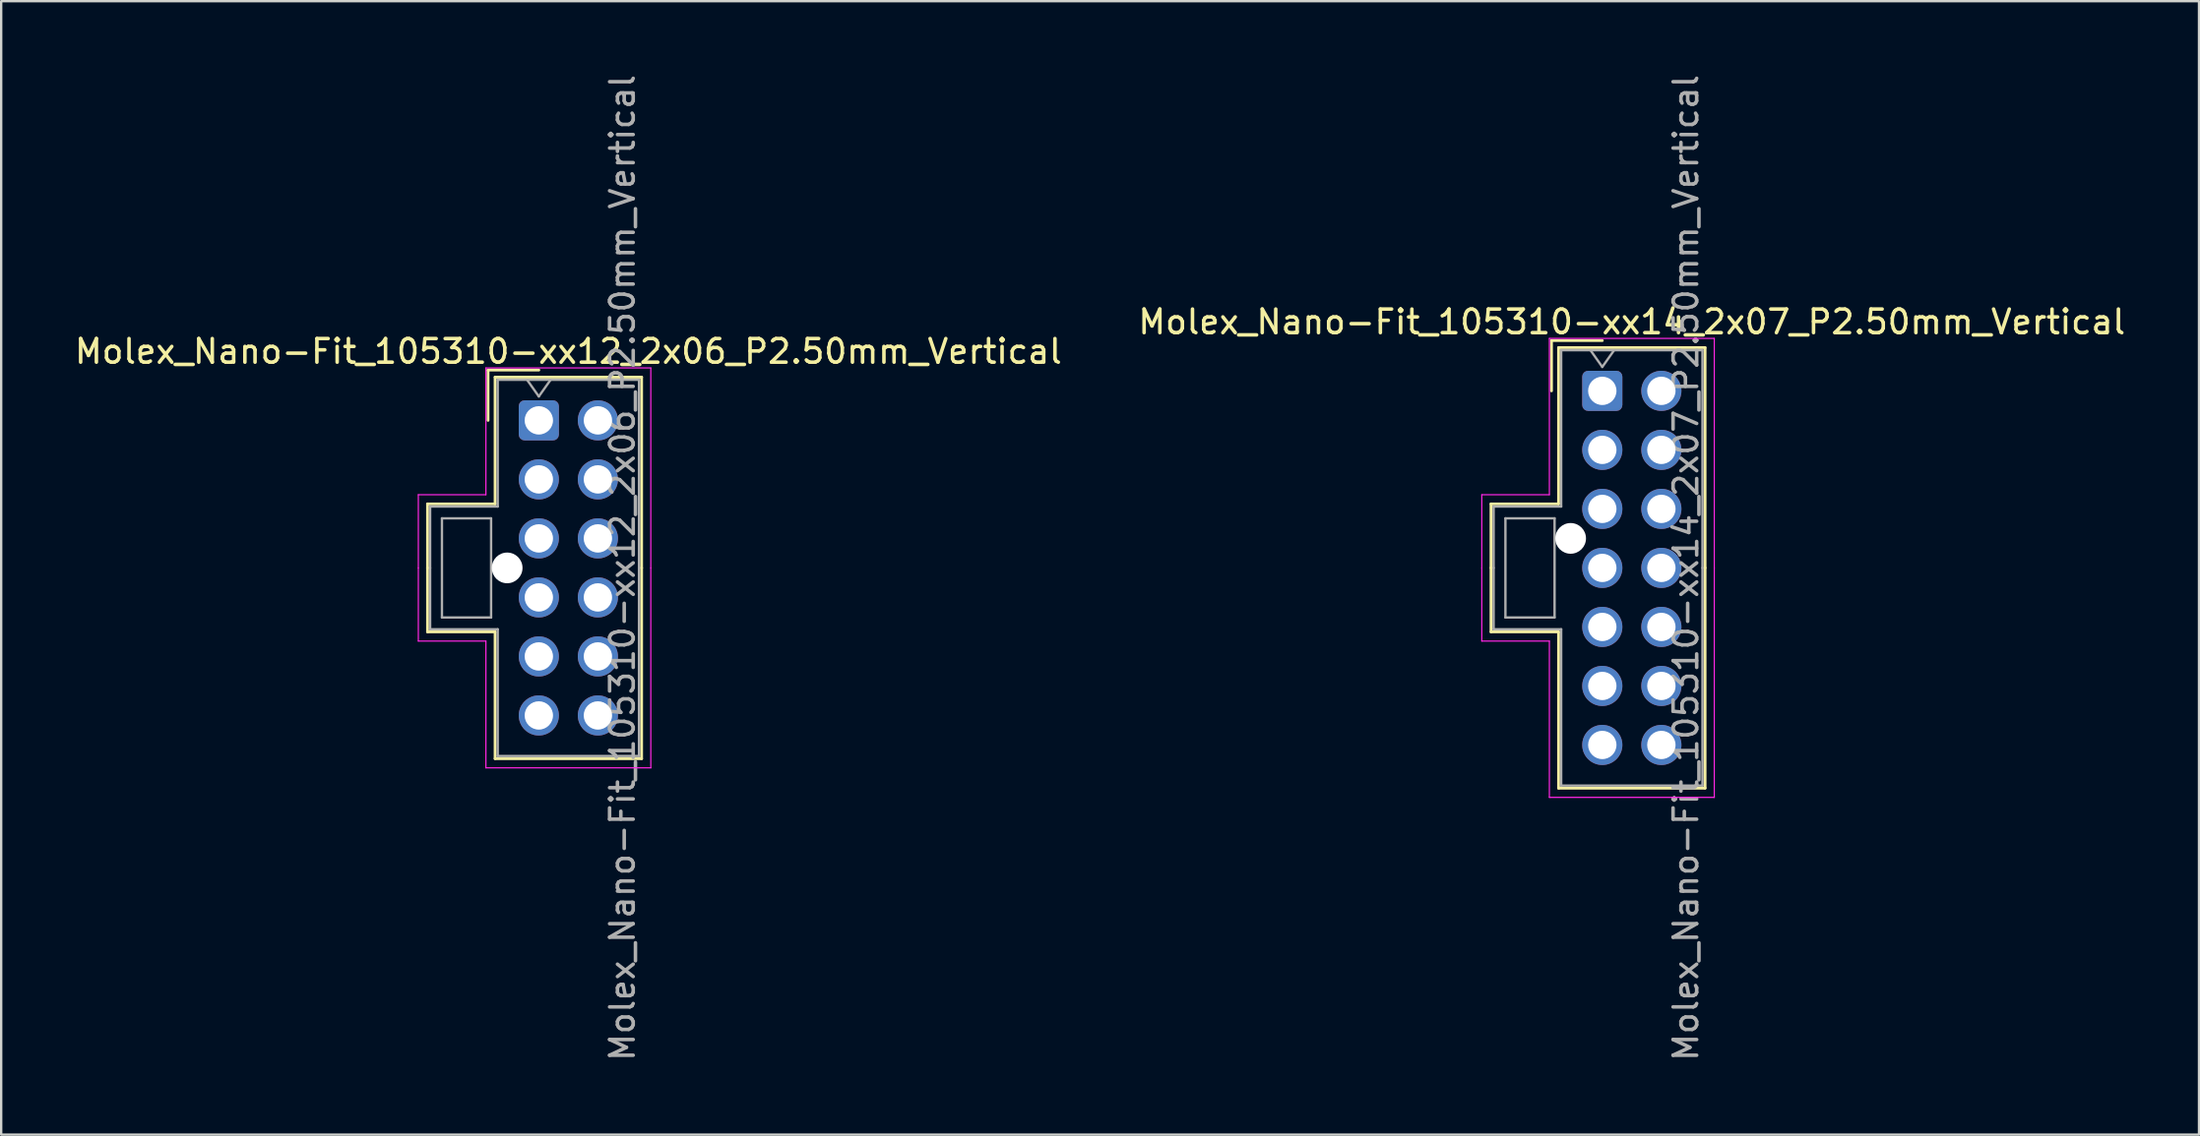
<source format=kicad_pcb>
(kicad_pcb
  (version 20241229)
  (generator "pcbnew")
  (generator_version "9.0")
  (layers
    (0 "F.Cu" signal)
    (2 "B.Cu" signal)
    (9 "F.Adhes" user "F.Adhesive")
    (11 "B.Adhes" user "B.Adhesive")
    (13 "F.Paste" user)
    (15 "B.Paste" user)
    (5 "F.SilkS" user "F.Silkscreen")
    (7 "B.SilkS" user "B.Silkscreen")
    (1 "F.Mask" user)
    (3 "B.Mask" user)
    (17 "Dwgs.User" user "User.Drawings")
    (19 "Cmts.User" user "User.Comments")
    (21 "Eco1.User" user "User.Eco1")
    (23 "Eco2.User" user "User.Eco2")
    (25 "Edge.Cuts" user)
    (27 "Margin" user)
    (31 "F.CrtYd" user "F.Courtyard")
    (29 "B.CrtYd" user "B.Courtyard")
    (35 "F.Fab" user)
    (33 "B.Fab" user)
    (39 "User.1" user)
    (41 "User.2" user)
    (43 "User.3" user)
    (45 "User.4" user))
  (footprint "Molex_Nano-Fit_105310-xx14_2x07_P2.50mm_Vertical"
    (layer "F.Cu")
    (at 64.768 13.506)
    (property "Reference" "Molex_Nano-Fit_105310-xx14_2x07_P2.50mm_Vertical" (at 1.25 -2.92 0) (layer "F.SilkS") (effects (font (size 1 1) (thickness 0.15))))
    (attr through_hole)
    (fp_line (start -4.71 4.79) (end -4.71 7.5) (stroke (width 0.12) (type solid)) (layer "F.SilkS"))
    (fp_line (start -4.71 10.21) (end -4.71 7.5) (stroke (width 0.12) (type solid)) (layer "F.SilkS"))
    (fp_line (start -2.15 -2.13) (end -2.15 0) (stroke (width 0.12) (type solid)) (layer "F.SilkS"))
    (fp_line (start -1.85 -1.83) (end -1.85 4.79) (stroke (width 0.12) (type solid)) (layer "F.SilkS"))
    (fp_line (start -1.85 4.79) (end -4.71 4.79) (stroke (width 0.12) (type solid)) (layer "F.SilkS"))
    (fp_line (start -1.85 10.21) (end -4.71 10.21) (stroke (width 0.12) (type solid)) (layer "F.SilkS"))
    (fp_line (start -1.85 16.83) (end -1.85 10.21) (stroke (width 0.12) (type solid)) (layer "F.SilkS"))
    (fp_line (start 0 -2.13) (end -2.15 -2.13) (stroke (width 0.12) (type solid)) (layer "F.SilkS"))
    (fp_line (start 4.35 -1.83) (end -1.85 -1.83) (stroke (width 0.12) (type solid)) (layer "F.SilkS"))
    (fp_line (start 4.35 7.5) (end 4.35 -1.83) (stroke (width 0.12) (type solid)) (layer "F.SilkS"))
    (fp_line (start 4.35 7.5) (end 4.35 16.83) (stroke (width 0.12) (type solid)) (layer "F.SilkS"))
    (fp_line (start 4.35 16.83) (end -1.85 16.83) (stroke (width 0.12) (type solid)) (layer "F.SilkS"))
    (fp_line (start -5.1 4.4) (end -5.1 7.5) (stroke (width 0.05) (type solid)) (layer "F.CrtYd"))
    (fp_line (start -5.1 10.6) (end -5.1 7.5) (stroke (width 0.05) (type solid)) (layer "F.CrtYd"))
    (fp_line (start -2.24 -2.22) (end -2.24 4.4) (stroke (width 0.05) (type solid)) (layer "F.CrtYd"))
    (fp_line (start -2.24 4.4) (end -5.1 4.4) (stroke (width 0.05) (type solid)) (layer "F.CrtYd"))
    (fp_line (start -2.24 10.6) (end -5.1 10.6) (stroke (width 0.05) (type solid)) (layer "F.CrtYd"))
    (fp_line (start -2.24 17.22) (end -2.24 10.6) (stroke (width 0.05) (type solid)) (layer "F.CrtYd"))
    (fp_line (start 4.74 -2.22) (end -2.24 -2.22) (stroke (width 0.05) (type solid)) (layer "F.CrtYd"))
    (fp_line (start 4.74 7.5) (end 4.74 -2.22) (stroke (width 0.05) (type solid)) (layer "F.CrtYd"))
    (fp_line (start 4.74 7.5) (end 4.74 17.22) (stroke (width 0.05) (type solid)) (layer "F.CrtYd"))
    (fp_line (start 4.74 17.22) (end -2.24 17.22) (stroke (width 0.05) (type solid)) (layer "F.CrtYd"))
    (fp_line (start -4.6 4.9) (end -4.6 7.5) (stroke (width 0.1) (type solid)) (layer "F.Fab"))
    (fp_line (start -4.6 10.1) (end -4.6 7.5) (stroke (width 0.1) (type solid)) (layer "F.Fab"))
    (fp_line (start -4.1 5.4) (end -4.1 9.6) (stroke (width 0.1) (type solid)) (layer "F.Fab"))
    (fp_line (start -4.1 9.6) (end -2.02 9.6) (stroke (width 0.1) (type solid)) (layer "F.Fab"))
    (fp_line (start -2.02 5.4) (end -4.1 5.4) (stroke (width 0.1) (type solid)) (layer "F.Fab"))
    (fp_line (start -2.02 9.6) (end -2.02 5.4) (stroke (width 0.1) (type solid)) (layer "F.Fab"))
    (fp_line (start -1.74 -1.72) (end -1.74 4.9) (stroke (width 0.1) (type solid)) (layer "F.Fab"))
    (fp_line (start -1.74 4.9) (end -4.6 4.9) (stroke (width 0.1) (type solid)) (layer "F.Fab"))
    (fp_line (start -1.74 10.1) (end -4.6 10.1) (stroke (width 0.1) (type solid)) (layer "F.Fab"))
    (fp_line (start -1.74 16.72) (end -1.74 10.1) (stroke (width 0.1) (type solid)) (layer "F.Fab"))
    (fp_line (start -0.5 -1.72) (end 0 -1.013) (stroke (width 0.1) (type solid)) (layer "F.Fab"))
    (fp_line (start 0 -1.013) (end 0.5 -1.72) (stroke (width 0.1) (type solid)) (layer "F.Fab"))
    (fp_line (start 4.24 -1.72) (end -1.74 -1.72) (stroke (width 0.1) (type solid)) (layer "F.Fab"))
    (fp_line (start 4.24 7.5) (end 4.24 -1.72) (stroke (width 0.1) (type solid)) (layer "F.Fab"))
    (fp_line (start 4.24 7.5) (end 4.24 16.72) (stroke (width 0.1) (type solid)) (layer "F.Fab"))
    (fp_line (start 4.24 16.72) (end -1.74 16.72) (stroke (width 0.1) (type solid)) (layer "F.Fab"))
    (fp_text user "${REFERENCE}" (at 3.54 7.5 90) (layer "F.Fab") (effects (font (size 1 1) (thickness 0.15))))
    (pad "" np_thru_hole circle (at -1.34 6.25) (size 1.3 1.3) (drill 1.3) (layers "*.Cu" "*.Mask"))
    (pad "1" thru_hole roundrect (at 0 0) (size 1.7 1.7) (drill 1.2) (layers "*.Cu" "*.Mask") (roundrect_rratio 0.147))
    (pad "2" thru_hole circle (at 0 2.5) (size 1.7 1.7) (drill 1.2) (layers "*.Cu" "*.Mask"))
    (pad "3" thru_hole circle (at 0 5) (size 1.7 1.7) (drill 1.2) (layers "*.Cu" "*.Mask"))
    (pad "4" thru_hole circle (at 0 7.5) (size 1.7 1.7) (drill 1.2) (layers "*.Cu" "*.Mask"))
    (pad "5" thru_hole circle (at 0 10) (size 1.7 1.7) (drill 1.2) (layers "*.Cu" "*.Mask"))
    (pad "6" thru_hole circle (at 0 12.5) (size 1.7 1.7) (drill 1.2) (layers "*.Cu" "*.Mask"))
    (pad "7" thru_hole circle (at 0 15) (size 1.7 1.7) (drill 1.2) (layers "*.Cu" "*.Mask"))
    (pad "8" thru_hole circle (at 2.5 0) (size 1.7 1.7) (drill 1.2) (layers "*.Cu" "*.Mask"))
    (pad "9" thru_hole circle (at 2.5 2.5) (size 1.7 1.7) (drill 1.2) (layers "*.Cu" "*.Mask"))
    (pad "10" thru_hole circle (at 2.5 5) (size 1.7 1.7) (drill 1.2) (layers "*.Cu" "*.Mask"))
    (pad "11" thru_hole circle (at 2.5 7.5) (size 1.7 1.7) (drill 1.2) (layers "*.Cu" "*.Mask"))
    (pad "12" thru_hole circle (at 2.5 10) (size 1.7 1.7) (drill 1.2) (layers "*.Cu" "*.Mask"))
    (pad "13" thru_hole circle (at 2.5 12.5) (size 1.7 1.7) (drill 1.2) (layers "*.Cu" "*.Mask"))
    (pad "14" thru_hole circle (at 2.5 15) (size 1.7 1.7) (drill 1.2) (layers "*.Cu" "*.Mask")))
  (footprint "Molex_Nano-Fit_105310-xx12_2x06_P2.50mm_Vertical"
    (layer "F.Cu")
    (at 19.756 14.756)
    (property "Reference" "Molex_Nano-Fit_105310-xx12_2x06_P2.50mm_Vertical" (at 1.25 -2.92 0) (layer "F.SilkS") (effects (font (size 1 1) (thickness 0.15))))
    (attr through_hole)
    (fp_line (start -4.71 3.54) (end -4.71 6.25) (stroke (width 0.12) (type solid)) (layer "F.SilkS"))
    (fp_line (start -4.71 8.96) (end -4.71 6.25) (stroke (width 0.12) (type solid)) (layer "F.SilkS"))
    (fp_line (start -2.15 -2.13) (end -2.15 0) (stroke (width 0.12) (type solid)) (layer "F.SilkS"))
    (fp_line (start -1.85 -1.83) (end -1.85 3.54) (stroke (width 0.12) (type solid)) (layer "F.SilkS"))
    (fp_line (start -1.85 3.54) (end -4.71 3.54) (stroke (width 0.12) (type solid)) (layer "F.SilkS"))
    (fp_line (start -1.85 8.96) (end -4.71 8.96) (stroke (width 0.12) (type solid)) (layer "F.SilkS"))
    (fp_line (start -1.85 14.33) (end -1.85 8.96) (stroke (width 0.12) (type solid)) (layer "F.SilkS"))
    (fp_line (start 0 -2.13) (end -2.15 -2.13) (stroke (width 0.12) (type solid)) (layer "F.SilkS"))
    (fp_line (start 4.35 -1.83) (end -1.85 -1.83) (stroke (width 0.12) (type solid)) (layer "F.SilkS"))
    (fp_line (start 4.35 6.25) (end 4.35 -1.83) (stroke (width 0.12) (type solid)) (layer "F.SilkS"))
    (fp_line (start 4.35 6.25) (end 4.35 14.33) (stroke (width 0.12) (type solid)) (layer "F.SilkS"))
    (fp_line (start 4.35 14.33) (end -1.85 14.33) (stroke (width 0.12) (type solid)) (layer "F.SilkS"))
    (fp_line (start -5.1 3.15) (end -5.1 6.25) (stroke (width 0.05) (type solid)) (layer "F.CrtYd"))
    (fp_line (start -5.1 9.35) (end -5.1 6.25) (stroke (width 0.05) (type solid)) (layer "F.CrtYd"))
    (fp_line (start -2.24 -2.22) (end -2.24 3.15) (stroke (width 0.05) (type solid)) (layer "F.CrtYd"))
    (fp_line (start -2.24 3.15) (end -5.1 3.15) (stroke (width 0.05) (type solid)) (layer "F.CrtYd"))
    (fp_line (start -2.24 9.35) (end -5.1 9.35) (stroke (width 0.05) (type solid)) (layer "F.CrtYd"))
    (fp_line (start -2.24 14.72) (end -2.24 9.35) (stroke (width 0.05) (type solid)) (layer "F.CrtYd"))
    (fp_line (start 4.74 -2.22) (end -2.24 -2.22) (stroke (width 0.05) (type solid)) (layer "F.CrtYd"))
    (fp_line (start 4.74 6.25) (end 4.74 -2.22) (stroke (width 0.05) (type solid)) (layer "F.CrtYd"))
    (fp_line (start 4.74 6.25) (end 4.74 14.72) (stroke (width 0.05) (type solid)) (layer "F.CrtYd"))
    (fp_line (start 4.74 14.72) (end -2.24 14.72) (stroke (width 0.05) (type solid)) (layer "F.CrtYd"))
    (fp_line (start -4.6 3.65) (end -4.6 6.25) (stroke (width 0.1) (type solid)) (layer "F.Fab"))
    (fp_line (start -4.6 8.85) (end -4.6 6.25) (stroke (width 0.1) (type solid)) (layer "F.Fab"))
    (fp_line (start -4.1 4.15) (end -4.1 8.35) (stroke (width 0.1) (type solid)) (layer "F.Fab"))
    (fp_line (start -4.1 8.35) (end -2.02 8.35) (stroke (width 0.1) (type solid)) (layer "F.Fab"))
    (fp_line (start -2.02 4.15) (end -4.1 4.15) (stroke (width 0.1) (type solid)) (layer "F.Fab"))
    (fp_line (start -2.02 8.35) (end -2.02 4.15) (stroke (width 0.1) (type solid)) (layer "F.Fab"))
    (fp_line (start -1.74 -1.72) (end -1.74 3.65) (stroke (width 0.1) (type solid)) (layer "F.Fab"))
    (fp_line (start -1.74 3.65) (end -4.6 3.65) (stroke (width 0.1) (type solid)) (layer "F.Fab"))
    (fp_line (start -1.74 8.85) (end -4.6 8.85) (stroke (width 0.1) (type solid)) (layer "F.Fab"))
    (fp_line (start -1.74 14.22) (end -1.74 8.85) (stroke (width 0.1) (type solid)) (layer "F.Fab"))
    (fp_line (start -0.5 -1.72) (end 0 -1.013) (stroke (width 0.1) (type solid)) (layer "F.Fab"))
    (fp_line (start 0 -1.013) (end 0.5 -1.72) (stroke (width 0.1) (type solid)) (layer "F.Fab"))
    (fp_line (start 4.24 -1.72) (end -1.74 -1.72) (stroke (width 0.1) (type solid)) (layer "F.Fab"))
    (fp_line (start 4.24 6.25) (end 4.24 -1.72) (stroke (width 0.1) (type solid)) (layer "F.Fab"))
    (fp_line (start 4.24 6.25) (end 4.24 14.22) (stroke (width 0.1) (type solid)) (layer "F.Fab"))
    (fp_line (start 4.24 14.22) (end -1.74 14.22) (stroke (width 0.1) (type solid)) (layer "F.Fab"))
    (fp_text user "${REFERENCE}" (at 3.54 6.25 90) (layer "F.Fab") (effects (font (size 1 1) (thickness 0.15))))
    (pad "" np_thru_hole circle (at -1.34 6.25) (size 1.3 1.3) (drill 1.3) (layers "*.Cu" "*.Mask"))
    (pad "1" thru_hole roundrect (at 0 0) (size 1.7 1.7) (drill 1.2) (layers "*.Cu" "*.Mask") (roundrect_rratio 0.147))
    (pad "2" thru_hole circle (at 0 2.5) (size 1.7 1.7) (drill 1.2) (layers "*.Cu" "*.Mask"))
    (pad "3" thru_hole circle (at 0 5) (size 1.7 1.7) (drill 1.2) (layers "*.Cu" "*.Mask"))
    (pad "4" thru_hole circle (at 0 7.5) (size 1.7 1.7) (drill 1.2) (layers "*.Cu" "*.Mask"))
    (pad "5" thru_hole circle (at 0 10) (size 1.7 1.7) (drill 1.2) (layers "*.Cu" "*.Mask"))
    (pad "6" thru_hole circle (at 0 12.5) (size 1.7 1.7) (drill 1.2) (layers "*.Cu" "*.Mask"))
    (pad "7" thru_hole circle (at 2.5 0) (size 1.7 1.7) (drill 1.2) (layers "*.Cu" "*.Mask"))
    (pad "8" thru_hole circle (at 2.5 2.5) (size 1.7 1.7) (drill 1.2) (layers "*.Cu" "*.Mask"))
    (pad "9" thru_hole circle (at 2.5 5) (size 1.7 1.7) (drill 1.2) (layers "*.Cu" "*.Mask"))
    (pad "10" thru_hole circle (at 2.5 7.5) (size 1.7 1.7) (drill 1.2) (layers "*.Cu" "*.Mask"))
    (pad "11" thru_hole circle (at 2.5 10) (size 1.7 1.7) (drill 1.2) (layers "*.Cu" "*.Mask"))
    (pad "12" thru_hole circle (at 2.5 12.5) (size 1.7 1.7) (drill 1.2) (layers "*.Cu" "*.Mask")))
  (gr_rect
    (start -3 -3)
    (end 90.024 45.012)
    (stroke (width 0.1) (type default))
    (fill no)
    (layer "Edge.Cuts")))
</source>
